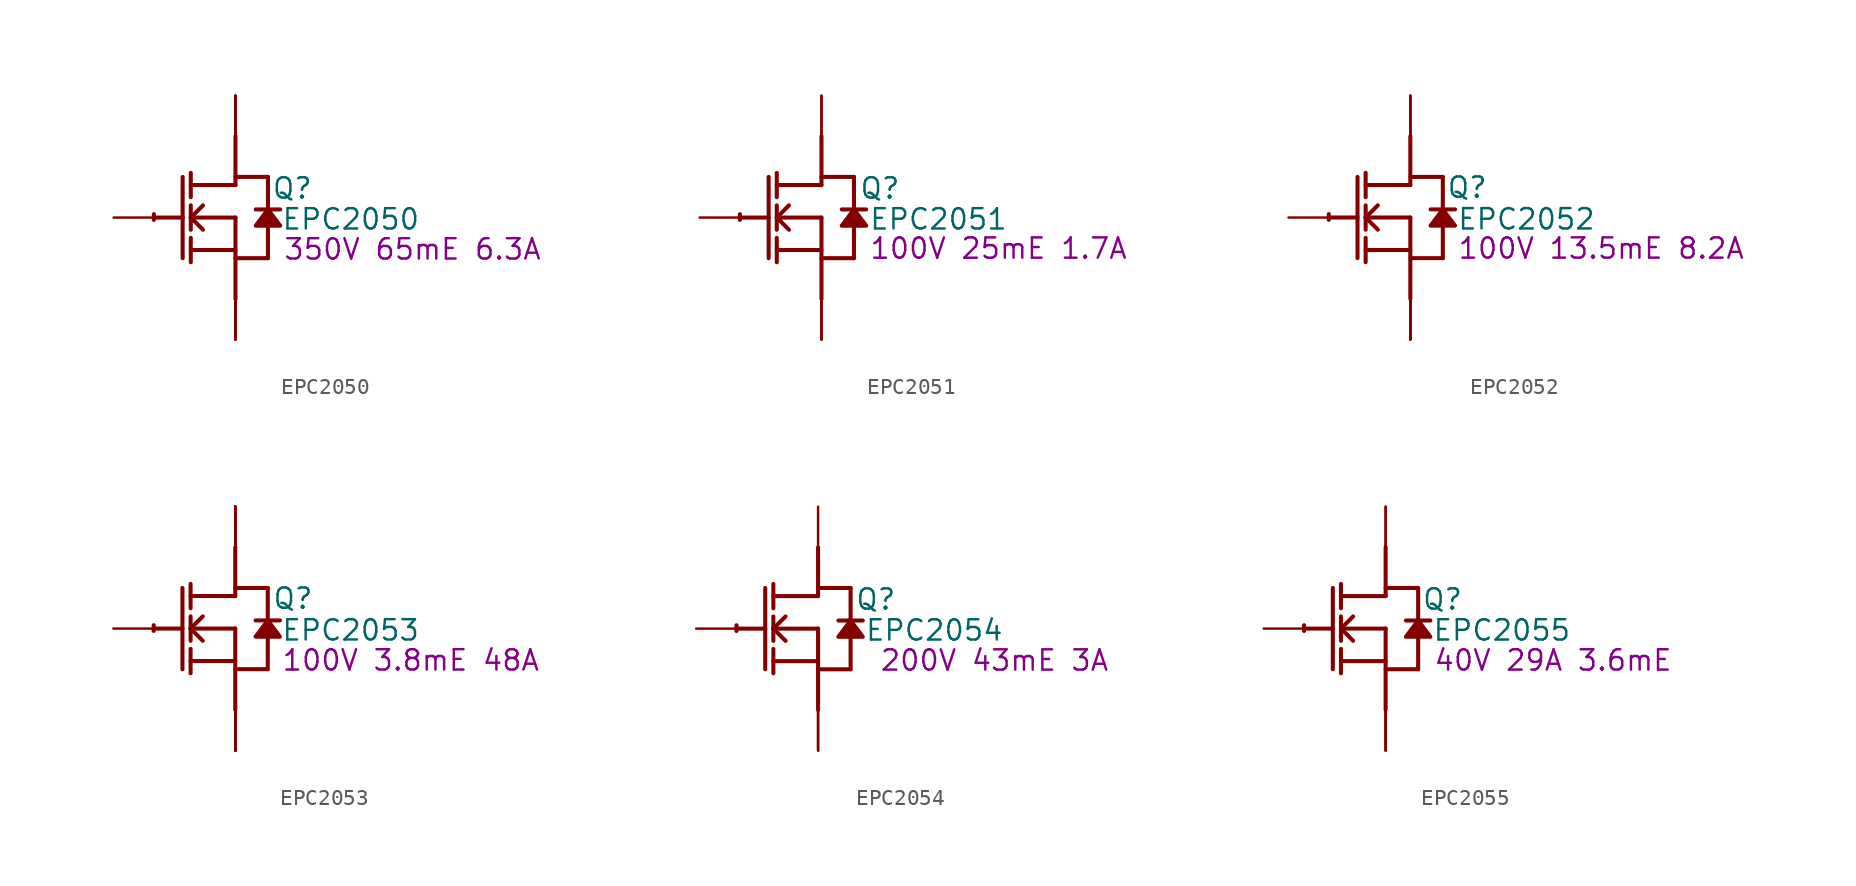
<source format=kicad_sym>
(kicad_symbol_lib
  (version 20231120)
  (generator "kicad_symbol_editor")
  (generator_version "8.0")
  (symbol "EPC2050"
    (property "Reference" "Q"
      (at 3.556 1.829 0)
      (effects (font (size 1.27 1.27))))
    (property "Value" "EPC2050"
      (at 7.214 -0.102 0)
      (effects (font (size 1.27 1.27))))
    (property "Description" "350V 65mE 6.3A"
      (at 11.074 -1.981 0)
      (effects (font (size 1.27 1.27))))
    (symbol "EPC2050_1_0"
      (arc (start -5.0996 0.2128) (mid -5.1039 0.0331) (end -5.1019 -0.1467) (stroke (width 0.254) (type solid)) (fill (type none)))
      (polyline (pts (xy -5.08 0) (xy -3.302 0)) (stroke (width 0.254) (type solid)) (fill (type none)))
      (polyline (pts (xy -3.302 2.54) (xy -3.302 -2.54)) (stroke (width 0.254) (type solid)) (fill (type none)))
      (polyline (pts (xy -2.794 -2.794) (xy -2.794 -1.27)) (stroke (width 0.254) (type solid)) (fill (type none)))
      (polyline (pts (xy -2.794 -2.032) (xy 0 -2.032)) (stroke (width 0.254) (type solid)) (fill (type none)))
      (polyline (pts (xy -2.794 -0.762) (xy -2.794 0.762)) (stroke (width 0.254) (type solid)) (fill (type none)))
      (polyline (pts (xy -2.794 0) (xy -2.032 0.762)) (stroke (width 0.254) (type solid)) (fill (type none)))
      (polyline (pts (xy -2.794 0) (xy 0 0)) (stroke (width 0.254) (type solid)) (fill (type none)))
      (polyline (pts (xy -2.794 1.27) (xy -2.794 2.794)) (stroke (width 0.254) (type solid)) (fill (type none)))
      (polyline (pts (xy -2.032 -0.762) (xy -2.794 0)) (stroke (width 0.254) (type solid)) (fill (type none)))
      (polyline (pts (xy 0 -2.54) (xy 2.032 -2.54)) (stroke (width 0.254) (type solid)) (fill (type none)))
      (polyline (pts (xy 0 0) (xy 0 -5.08)) (stroke (width 0.254) (type solid)) (fill (type none)))
      (polyline (pts (xy 0 2.032) (xy -2.794 2.032)) (stroke (width 0.254) (type solid)) (fill (type none)))
      (polyline (pts (xy 0 2.032) (xy 0 5.08)) (stroke (width 0.254) (type solid)) (fill (type none)))
      (polyline (pts (xy 0 2.54) (xy 2.032 2.54)) (stroke (width 0.254) (type solid)) (fill (type none)))
      (polyline (pts (xy 2.032 -0.508) (xy 2.032 -2.54)) (stroke (width 0.254) (type solid)) (fill (type none)))
      (polyline (pts (xy 2.032 2.54) (xy 2.032 0.508)) (stroke (width 0.254) (type solid)) (fill (type none)))
      (polyline (pts (xy 2.794 0.508) (xy 1.27 0.508)) (stroke (width 0.254) (type solid)) (fill (type none)))
      (polyline (pts (xy 2.032 0.508) (xy 1.27 -0.508) (xy 2.794 -0.508) (xy 2.032 0.508)) (stroke (width 0.254) (type solid)) (fill (type outline)))
      (pin passive line (at -7.62 0 0) (length 2.54) (name "G" (effects (font (size 0 0)))) (number "1" (effects (font (size 0 0)))))
      (pin open_emitter line (at 0 -7.62 90) (length 2.54) (name "S5" (effects (font (size 0 0)))) (number "10" (effects (font (size 0 0)))))
      (pin open_emitter line (at 0 -7.62 90) (length 2.54) (name "Sub" (effects (font (size 0 0)))) (number "11" (effects (font (size 0 0)))))
      (pin open_emitter line (at 0 -7.62 90) (length 2.54) (name "S6" (effects (font (size 0 0)))) (number "12" (effects (font (size 0 0)))))
      (pin open_emitter line (at 0 -7.62 90) (length 2.54) (name "S1" (effects (font (size 0 0)))) (number "2" (effects (font (size 0 0)))))
      (pin open_emitter line (at 0 -7.62 90) (length 2.54) (name "S2" (effects (font (size 0 0)))) (number "3" (effects (font (size 0 0)))))
      (pin open_emitter line (at 0 -7.62 90) (length 2.54) (name "S3" (effects (font (size 0 0)))) (number "4" (effects (font (size 0 0)))))
      (pin open_collector line (at 0 7.62 270) (length 2.54) (name "D1" (effects (font (size 0 0)))) (number "5" (effects (font (size 0 0)))))
      (pin open_collector line (at 0 7.62 270) (length 2.54) (name "D2" (effects (font (size 0 0)))) (number "6" (effects (font (size 0 0)))))
      (pin open_collector line (at 0 7.62 270) (length 2.54) (name "D3" (effects (font (size 0 0)))) (number "7" (effects (font (size 0 0)))))
      (pin open_collector line (at 0 7.62 270) (length 2.54) (name "D4" (effects (font (size 0 0)))) (number "8" (effects (font (size 0 0)))))
      (pin open_emitter line (at 0 -7.62 90) (length 2.54) (name "S4" (effects (font (size 0 0)))) (number "9" (effects (font (size 0 0)))))))
  (symbol "EPC2051"
    (property "Reference" "Q"
      (at 3.658 1.829 0)
      (effects (font (size 1.27 1.27))))
    (property "Value" "EPC2051"
      (at 7.315 -0.102 0)
      (effects (font (size 1.27 1.27))))
    (property "Description" "100V 25mE 1.7A"
      (at 11.074 -1.93 0)
      (effects (font (size 1.27 1.27))))
    (symbol "EPC2051_1_0"
      (arc (start -5.0996 0.2128) (mid -5.1039 0.0331) (end -5.1019 -0.1467) (stroke (width 0.254) (type solid)) (fill (type none)))
      (polyline (pts (xy -5.08 0) (xy -3.302 0)) (stroke (width 0.254) (type solid)) (fill (type none)))
      (polyline (pts (xy -3.302 2.54) (xy -3.302 -2.54)) (stroke (width 0.254) (type solid)) (fill (type none)))
      (polyline (pts (xy -2.794 -2.794) (xy -2.794 -1.27)) (stroke (width 0.254) (type solid)) (fill (type none)))
      (polyline (pts (xy -2.794 -2.032) (xy 0 -2.032)) (stroke (width 0.254) (type solid)) (fill (type none)))
      (polyline (pts (xy -2.794 -0.762) (xy -2.794 0.762)) (stroke (width 0.254) (type solid)) (fill (type none)))
      (polyline (pts (xy -2.794 0) (xy -2.032 0.762)) (stroke (width 0.254) (type solid)) (fill (type none)))
      (polyline (pts (xy -2.794 0) (xy 0 0)) (stroke (width 0.254) (type solid)) (fill (type none)))
      (polyline (pts (xy -2.794 1.27) (xy -2.794 2.794)) (stroke (width 0.254) (type solid)) (fill (type none)))
      (polyline (pts (xy -2.032 -0.762) (xy -2.794 0)) (stroke (width 0.254) (type solid)) (fill (type none)))
      (polyline (pts (xy 0 -2.54) (xy 2.032 -2.54)) (stroke (width 0.254) (type solid)) (fill (type none)))
      (polyline (pts (xy 0 0) (xy 0 -5.08)) (stroke (width 0.254) (type solid)) (fill (type none)))
      (polyline (pts (xy 0 2.032) (xy -2.794 2.032)) (stroke (width 0.254) (type solid)) (fill (type none)))
      (polyline (pts (xy 0 2.032) (xy 0 5.08)) (stroke (width 0.254) (type solid)) (fill (type none)))
      (polyline (pts (xy 0 2.54) (xy 2.032 2.54)) (stroke (width 0.254) (type solid)) (fill (type none)))
      (polyline (pts (xy 2.032 -0.508) (xy 2.032 -2.54)) (stroke (width 0.254) (type solid)) (fill (type none)))
      (polyline (pts (xy 2.032 2.54) (xy 2.032 0.508)) (stroke (width 0.254) (type solid)) (fill (type none)))
      (polyline (pts (xy 2.794 0.508) (xy 1.27 0.508)) (stroke (width 0.254) (type solid)) (fill (type none)))
      (polyline (pts (xy 2.032 0.508) (xy 1.27 -0.508) (xy 2.794 -0.508) (xy 2.032 0.508)) (stroke (width 0.254) (type solid)) (fill (type outline)))
      (pin passive line (at -7.62 0 0) (length 2.54) (name "G" (effects (font (size 0 0)))) (number "1" (effects (font (size 0 0)))))
      (pin open_emitter line (at 0 -7.62 90) (length 2.54) (name "S1" (effects (font (size 0 0)))) (number "2" (effects (font (size 0 0)))))
      (pin open_collector line (at 0 7.62 270) (length 2.54) (name "D1" (effects (font (size 0 0)))) (number "3" (effects (font (size 0 0)))))
      (pin open_collector line (at 0 7.62 270) (length 2.54) (name "D2" (effects (font (size 0 0)))) (number "4" (effects (font (size 0 0)))))
      (pin open_emitter line (at 0 -7.62 90) (length 2.54) (name "S2" (effects (font (size 0 0)))) (number "5" (effects (font (size 0 0)))))
      (pin open_emitter line (at 0 -7.62 90) (length 2.54) (name "Sub" (effects (font (size 0 0)))) (number "6" (effects (font (size 0 0)))))))
  (symbol "EPC2052"
    (property "Reference" "Q"
      (at 3.556 1.88 0)
      (effects (font (size 1.27 1.27))))
    (property "Value" "EPC2052"
      (at 7.264 -0.102 0)
      (effects (font (size 1.27 1.27))))
    (property "Description" "100V 13.5mE 8.2A"
      (at 11.938 -1.93 0)
      (effects (font (size 1.27 1.27))))
    (symbol "EPC2052_1_0"
      (arc (start -5.0996 0.2128) (mid -5.1039 0.0331) (end -5.1019 -0.1467) (stroke (width 0.254) (type solid)) (fill (type none)))
      (polyline (pts (xy -5.08 0) (xy -3.302 0)) (stroke (width 0.254) (type solid)) (fill (type none)))
      (polyline (pts (xy -3.302 2.54) (xy -3.302 -2.54)) (stroke (width 0.254) (type solid)) (fill (type none)))
      (polyline (pts (xy -2.794 -2.794) (xy -2.794 -1.27)) (stroke (width 0.254) (type solid)) (fill (type none)))
      (polyline (pts (xy -2.794 -2.032) (xy 0 -2.032)) (stroke (width 0.254) (type solid)) (fill (type none)))
      (polyline (pts (xy -2.794 -0.762) (xy -2.794 0.762)) (stroke (width 0.254) (type solid)) (fill (type none)))
      (polyline (pts (xy -2.794 0) (xy -2.032 0.762)) (stroke (width 0.254) (type solid)) (fill (type none)))
      (polyline (pts (xy -2.794 0) (xy 0 0)) (stroke (width 0.254) (type solid)) (fill (type none)))
      (polyline (pts (xy -2.794 1.27) (xy -2.794 2.794)) (stroke (width 0.254) (type solid)) (fill (type none)))
      (polyline (pts (xy -2.032 -0.762) (xy -2.794 0)) (stroke (width 0.254) (type solid)) (fill (type none)))
      (polyline (pts (xy 0 -2.54) (xy 2.032 -2.54)) (stroke (width 0.254) (type solid)) (fill (type none)))
      (polyline (pts (xy 0 0) (xy 0 -5.08)) (stroke (width 0.254) (type solid)) (fill (type none)))
      (polyline (pts (xy 0 2.032) (xy -2.794 2.032)) (stroke (width 0.254) (type solid)) (fill (type none)))
      (polyline (pts (xy 0 2.032) (xy 0 5.08)) (stroke (width 0.254) (type solid)) (fill (type none)))
      (polyline (pts (xy 0 2.54) (xy 2.032 2.54)) (stroke (width 0.254) (type solid)) (fill (type none)))
      (polyline (pts (xy 2.032 -0.508) (xy 2.032 -2.54)) (stroke (width 0.254) (type solid)) (fill (type none)))
      (polyline (pts (xy 2.032 2.54) (xy 2.032 0.508)) (stroke (width 0.254) (type solid)) (fill (type none)))
      (polyline (pts (xy 2.794 0.508) (xy 1.27 0.508)) (stroke (width 0.254) (type solid)) (fill (type none)))
      (polyline (pts (xy 2.032 0.508) (xy 1.27 -0.508) (xy 2.794 -0.508) (xy 2.032 0.508)) (stroke (width 0.254) (type solid)) (fill (type outline)))
      (pin passive line (at -7.62 0 0) (length 2.54) (name "G" (effects (font (size 0 0)))) (number "1" (effects (font (size 0 0)))))
      (pin open_emitter line (at 0 -7.62 90) (length 2.54) (name "S1" (effects (font (size 0 0)))) (number "2" (effects (font (size 0 0)))))
      (pin open_emitter line (at 0 -7.62 90) (length 2.54) (name "S2" (effects (font (size 0 0)))) (number "3" (effects (font (size 0 0)))))
      (pin open_collector line (at 0 7.62 270) (length 2.54) (name "D1" (effects (font (size 0 0)))) (number "4" (effects (font (size 0 0)))))
      (pin open_collector line (at 0 7.62 270) (length 2.54) (name "D2" (effects (font (size 0 0)))) (number "5" (effects (font (size 0 0)))))
      (pin open_collector line (at 0 7.62 270) (length 2.54) (name "D3" (effects (font (size 0 0)))) (number "6" (effects (font (size 0 0)))))
      (pin open_emitter line (at 0 -7.62 90) (length 2.54) (name "S3" (effects (font (size 0 0)))) (number "7" (effects (font (size 0 0)))))
      (pin open_emitter line (at 0 -7.62 90) (length 2.54) (name "S5" (effects (font (size 0 0)))) (number "8" (effects (font (size 0 0)))))
      (pin open_emitter line (at 0 -7.62 90) (length 2.54) (name "S4" (effects (font (size 0 0)))) (number "9" (effects (font (size 0 0)))))))
  (symbol "EPC2053"
    (property "Reference" "Q"
      (at 3.607 1.88 0)
      (effects (font (size 1.27 1.27))))
    (property "Value" "EPC2053"
      (at 7.214 -0.102 0)
      (effects (font (size 1.27 1.27))))
    (property "Description" "100V 3.8mE 48A"
      (at 10.973 -1.981 0)
      (effects (font (size 1.27 1.27))))
    (symbol "EPC2053_1_0"
      (arc (start -5.0996 0.2128) (mid -5.1039 0.0331) (end -5.1019 -0.1467) (stroke (width 0.254) (type solid)) (fill (type none)))
      (polyline (pts (xy -5.08 0) (xy -3.302 0)) (stroke (width 0.254) (type solid)) (fill (type none)))
      (polyline (pts (xy -3.302 2.54) (xy -3.302 -2.54)) (stroke (width 0.254) (type solid)) (fill (type none)))
      (polyline (pts (xy -2.794 -2.794) (xy -2.794 -1.27)) (stroke (width 0.254) (type solid)) (fill (type none)))
      (polyline (pts (xy -2.794 -2.032) (xy 0 -2.032)) (stroke (width 0.254) (type solid)) (fill (type none)))
      (polyline (pts (xy -2.794 -0.762) (xy -2.794 0.762)) (stroke (width 0.254) (type solid)) (fill (type none)))
      (polyline (pts (xy -2.794 0) (xy -2.032 0.762)) (stroke (width 0.254) (type solid)) (fill (type none)))
      (polyline (pts (xy -2.794 0) (xy 0 0)) (stroke (width 0.254) (type solid)) (fill (type none)))
      (polyline (pts (xy -2.794 1.27) (xy -2.794 2.794)) (stroke (width 0.254) (type solid)) (fill (type none)))
      (polyline (pts (xy -2.032 -0.762) (xy -2.794 0)) (stroke (width 0.254) (type solid)) (fill (type none)))
      (polyline (pts (xy 0 -2.54) (xy 2.032 -2.54)) (stroke (width 0.254) (type solid)) (fill (type none)))
      (polyline (pts (xy 0 0) (xy 0 -5.08)) (stroke (width 0.254) (type solid)) (fill (type none)))
      (polyline (pts (xy 0 2.032) (xy -2.794 2.032)) (stroke (width 0.254) (type solid)) (fill (type none)))
      (polyline (pts (xy 0 2.032) (xy 0 5.08)) (stroke (width 0.254) (type solid)) (fill (type none)))
      (polyline (pts (xy 0 2.54) (xy 2.032 2.54)) (stroke (width 0.254) (type solid)) (fill (type none)))
      (polyline (pts (xy 2.032 -0.508) (xy 2.032 -2.54)) (stroke (width 0.254) (type solid)) (fill (type none)))
      (polyline (pts (xy 2.032 2.54) (xy 2.032 0.508)) (stroke (width 0.254) (type solid)) (fill (type none)))
      (polyline (pts (xy 2.794 0.508) (xy 1.27 0.508)) (stroke (width 0.254) (type solid)) (fill (type none)))
      (polyline (pts (xy 2.032 0.508) (xy 1.27 -0.508) (xy 2.794 -0.508) (xy 2.032 0.508)) (stroke (width 0.254) (type solid)) (fill (type outline)))
      (pin passive line (at -7.62 0 0) (length 2.54) (name "G" (effects (font (size 0 0)))) (number "1" (effects (font (size 0 0)))))
      (pin open_emitter line (at 0 -7.62 90) (length 2.54) (name "S5" (effects (font (size 0 0)))) (number "10" (effects (font (size 0 0)))))
      (pin open_emitter line (at 0 -7.62 90) (length 2.54) (name "S6" (effects (font (size 0 0)))) (number "11" (effects (font (size 0 0)))))
      (pin open_emitter line (at 0 -7.62 90) (length 2.54) (name "S7" (effects (font (size 0 0)))) (number "12" (effects (font (size 0 0)))))
      (pin open_collector line (at 0 7.62 270) (length 2.54) (name "D5" (effects (font (size 0 0)))) (number "13" (effects (font (size 0 0)))))
      (pin open_collector line (at 0 7.62 270) (length 2.54) (name "D6" (effects (font (size 0 0)))) (number "14" (effects (font (size 0 0)))))
      (pin open_collector line (at 0 7.62 270) (length 2.54) (name "D7" (effects (font (size 0 0)))) (number "15" (effects (font (size 0 0)))))
      (pin open_collector line (at 0 7.62 270) (length 2.54) (name "D8" (effects (font (size 0 0)))) (number "16" (effects (font (size 0 0)))))
      (pin open_emitter line (at 0 -7.62 90) (length 2.54) (name "S8" (effects (font (size 0 0)))) (number "17" (effects (font (size 0 0)))))
      (pin open_emitter line (at 0 -7.62 90) (length 2.54) (name "S9" (effects (font (size 0 0)))) (number "18" (effects (font (size 0 0)))))
      (pin open_emitter line (at 0 -7.62 90) (length 2.54) (name "S10" (effects (font (size 0 0)))) (number "19" (effects (font (size 0 0)))))
      (pin open_emitter line (at 0 -7.62 90) (length 2.54) (name "S1" (effects (font (size 0 0)))) (number "2" (effects (font (size 0 0)))))
      (pin open_emitter line (at 0 -7.62 90) (length 2.54) (name "S11" (effects (font (size 0 0)))) (number "20" (effects (font (size 0 0)))))
      (pin open_collector line (at 0 7.62 270) (length 2.54) (name "D9" (effects (font (size 0 0)))) (number "21" (effects (font (size 0 0)))))
      (pin open_collector line (at 0 7.62 270) (length 2.54) (name "D10" (effects (font (size 0 0)))) (number "22" (effects (font (size 0 0)))))
      (pin open_collector line (at 0 7.62 270) (length 2.54) (name "D11" (effects (font (size 0 0)))) (number "23" (effects (font (size 0 0)))))
      (pin open_collector line (at 0 7.62 270) (length 2.54) (name "D12" (effects (font (size 0 0)))) (number "24" (effects (font (size 0 0)))))
      (pin open_emitter line (at 0 -7.62 90) (length 2.54) (name "S12" (effects (font (size 0 0)))) (number "25" (effects (font (size 0 0)))))
      (pin open_emitter line (at 0 -7.62 90) (length 2.54) (name "S13" (effects (font (size 0 0)))) (number "26" (effects (font (size 0 0)))))
      (pin open_emitter line (at 0 -7.62 90) (length 2.54) (name "S14" (effects (font (size 0 0)))) (number "27" (effects (font (size 0 0)))))
      (pin open_emitter line (at 0 -7.62 90) (length 2.54) (name "S15" (effects (font (size 0 0)))) (number "28" (effects (font (size 0 0)))))
      (pin open_emitter line (at 0 -7.62 90) (length 2.54) (name "S2" (effects (font (size 0 0)))) (number "3" (effects (font (size 0 0)))))
      (pin open_emitter line (at 0 -7.62 90) (length 2.54) (name "S3" (effects (font (size 0 0)))) (number "4" (effects (font (size 0 0)))))
      (pin open_collector line (at 0 7.62 270) (length 2.54) (name "D1" (effects (font (size 0 0)))) (number "5" (effects (font (size 0 0)))))
      (pin open_collector line (at 0 7.62 270) (length 2.54) (name "D2" (effects (font (size 0 0)))) (number "6" (effects (font (size 0 0)))))
      (pin open_collector line (at 0 7.62 270) (length 2.54) (name "D3" (effects (font (size 0 0)))) (number "7" (effects (font (size 0 0)))))
      (pin open_collector line (at 0 7.62 270) (length 2.54) (name "D4" (effects (font (size 0 0)))) (number "8" (effects (font (size 0 0)))))
      (pin open_emitter line (at 0 -7.62 90) (length 2.54) (name "S4" (effects (font (size 0 0)))) (number "9" (effects (font (size 0 0)))))))
  (symbol "EPC2054"
    (property "Reference" "Q"
      (at 3.607 1.829 0)
      (effects (font (size 1.27 1.27))))
    (property "Value" "EPC2054"
      (at 7.264 -0.102 0)
      (effects (font (size 1.27 1.27))))
    (property "Description" "200V 43mE 3A"
      (at 11.024 -1.981 0)
      (effects (font (size 1.27 1.27))))
    (symbol "EPC2054_1_0"
      (arc (start -5.0996 0.2128) (mid -5.1039 0.0331) (end -5.1019 -0.1467) (stroke (width 0.254) (type solid)) (fill (type none)))
      (polyline (pts (xy -5.08 0) (xy -3.302 0)) (stroke (width 0.254) (type solid)) (fill (type none)))
      (polyline (pts (xy -3.302 2.54) (xy -3.302 -2.54)) (stroke (width 0.254) (type solid)) (fill (type none)))
      (polyline (pts (xy -2.794 -2.794) (xy -2.794 -1.27)) (stroke (width 0.254) (type solid)) (fill (type none)))
      (polyline (pts (xy -2.794 -2.032) (xy 0 -2.032)) (stroke (width 0.254) (type solid)) (fill (type none)))
      (polyline (pts (xy -2.794 -0.762) (xy -2.794 0.762)) (stroke (width 0.254) (type solid)) (fill (type none)))
      (polyline (pts (xy -2.794 0) (xy -2.032 0.762)) (stroke (width 0.254) (type solid)) (fill (type none)))
      (polyline (pts (xy -2.794 0) (xy 0 0)) (stroke (width 0.254) (type solid)) (fill (type none)))
      (polyline (pts (xy -2.794 1.27) (xy -2.794 2.794)) (stroke (width 0.254) (type solid)) (fill (type none)))
      (polyline (pts (xy -2.032 -0.762) (xy -2.794 0)) (stroke (width 0.254) (type solid)) (fill (type none)))
      (polyline (pts (xy 0 -2.54) (xy 2.032 -2.54)) (stroke (width 0.254) (type solid)) (fill (type none)))
      (polyline (pts (xy 0 0) (xy 0 -5.08)) (stroke (width 0.254) (type solid)) (fill (type none)))
      (polyline (pts (xy 0 2.032) (xy -2.794 2.032)) (stroke (width 0.254) (type solid)) (fill (type none)))
      (polyline (pts (xy 0 2.032) (xy 0 5.08)) (stroke (width 0.254) (type solid)) (fill (type none)))
      (polyline (pts (xy 0 2.54) (xy 2.032 2.54)) (stroke (width 0.254) (type solid)) (fill (type none)))
      (polyline (pts (xy 2.032 -0.508) (xy 2.032 -2.54)) (stroke (width 0.254) (type solid)) (fill (type none)))
      (polyline (pts (xy 2.032 2.54) (xy 2.032 0.508)) (stroke (width 0.254) (type solid)) (fill (type none)))
      (polyline (pts (xy 2.794 0.508) (xy 1.27 0.508)) (stroke (width 0.254) (type solid)) (fill (type none)))
      (polyline (pts (xy 2.032 0.508) (xy 1.27 -0.508) (xy 2.794 -0.508) (xy 2.032 0.508)) (stroke (width 0.254) (type solid)) (fill (type outline)))
      (pin passive line (at -7.62 0 0) (length 2.54) (name "G" (effects (font (size 0 0)))) (number "1" (effects (font (size 0 0)))))
      (pin open_emitter line (at 0 -7.62 90) (length 2.54) (name "S1" (effects (font (size 0 0)))) (number "2" (effects (font (size 0 0)))))
      (pin open_collector line (at 0 7.62 270) (length 2.54) (name "D" (effects (font (size 0 0)))) (number "3" (effects (font (size 0 0)))))
      (pin open_emitter line (at 0 -7.62 90) (length 2.54) (name "S2" (effects (font (size 0 0)))) (number "4" (effects (font (size 0 0)))))))
  (symbol "EPC2055"
    (property "Reference" "Q"
      (at 3.556 1.829 0)
      (effects (font (size 1.27 1.27))))
    (property "Value" "EPC2055"
      (at 7.264 -0.102 0)
      (effects (font (size 1.27 1.27))))
    (property "Description" "40V 29A 3.6mE"
      (at 10.465 -1.981 0)
      (effects (font (size 1.27 1.27))))
    (symbol "EPC2055_1_0"
      (arc (start -5.0996 0.2128) (mid -5.1039 0.0331) (end -5.1019 -0.1467) (stroke (width 0.254) (type solid)) (fill (type none)))
      (polyline (pts (xy -5.08 0) (xy -3.302 0)) (stroke (width 0.254) (type solid)) (fill (type none)))
      (polyline (pts (xy -3.302 2.54) (xy -3.302 -2.54)) (stroke (width 0.254) (type solid)) (fill (type none)))
      (polyline (pts (xy -2.794 -2.794) (xy -2.794 -1.27)) (stroke (width 0.254) (type solid)) (fill (type none)))
      (polyline (pts (xy -2.794 -2.032) (xy 0 -2.032)) (stroke (width 0.254) (type solid)) (fill (type none)))
      (polyline (pts (xy -2.794 -0.762) (xy -2.794 0.762)) (stroke (width 0.254) (type solid)) (fill (type none)))
      (polyline (pts (xy -2.794 0) (xy -2.032 0.762)) (stroke (width 0.254) (type solid)) (fill (type none)))
      (polyline (pts (xy -2.794 0) (xy 0 0)) (stroke (width 0.254) (type solid)) (fill (type none)))
      (polyline (pts (xy -2.794 1.27) (xy -2.794 2.794)) (stroke (width 0.254) (type solid)) (fill (type none)))
      (polyline (pts (xy -2.032 -0.762) (xy -2.794 0)) (stroke (width 0.254) (type solid)) (fill (type none)))
      (polyline (pts (xy 0 -2.54) (xy 2.032 -2.54)) (stroke (width 0.254) (type solid)) (fill (type none)))
      (polyline (pts (xy 0 0) (xy 0 -5.08)) (stroke (width 0.254) (type solid)) (fill (type none)))
      (polyline (pts (xy 0 2.032) (xy -2.794 2.032)) (stroke (width 0.254) (type solid)) (fill (type none)))
      (polyline (pts (xy 0 2.032) (xy 0 5.08)) (stroke (width 0.254) (type solid)) (fill (type none)))
      (polyline (pts (xy 0 2.54) (xy 2.032 2.54)) (stroke (width 0.254) (type solid)) (fill (type none)))
      (polyline (pts (xy 2.032 -0.508) (xy 2.032 -2.54)) (stroke (width 0.254) (type solid)) (fill (type none)))
      (polyline (pts (xy 2.032 2.54) (xy 2.032 0.508)) (stroke (width 0.254) (type solid)) (fill (type none)))
      (polyline (pts (xy 2.794 0.508) (xy 1.27 0.508)) (stroke (width 0.254) (type solid)) (fill (type none)))
      (polyline (pts (xy 2.032 0.508) (xy 1.27 -0.508) (xy 2.794 -0.508) (xy 2.032 0.508)) (stroke (width 0.254) (type solid)) (fill (type outline)))
      (pin passive line (at -7.62 0 0) (length 2.54) (name "G" (effects (font (size 0 0)))) (number "1" (effects (font (size 0 0)))))
      (pin open_emitter line (at 0 -7.62 90) (length 2.54) (name "S" (effects (font (size 0 0)))) (number "2" (effects (font (size 0 0)))))
      (pin open_collector line (at 0 7.62 270) (length 2.54) (name "D" (effects (font (size 0 0)))) (number "3" (effects (font (size 0 0)))))
      (pin open_emitter line (at 0 -7.62 90) (length 2.54) (name "S" (effects (font (size 0 0)))) (number "4" (effects (font (size 0 0)))))
      (pin open_collector line (at 0 7.62 270) (length 2.54) (name "D" (effects (font (size 0 0)))) (number "5" (effects (font (size 0 0)))))
      (pin open_emitter line (at 0 -7.62 90) (length 2.54) (name "S" (effects (font (size 0 0)))) (number "6" (effects (font (size 0 0))))))))
</source>
